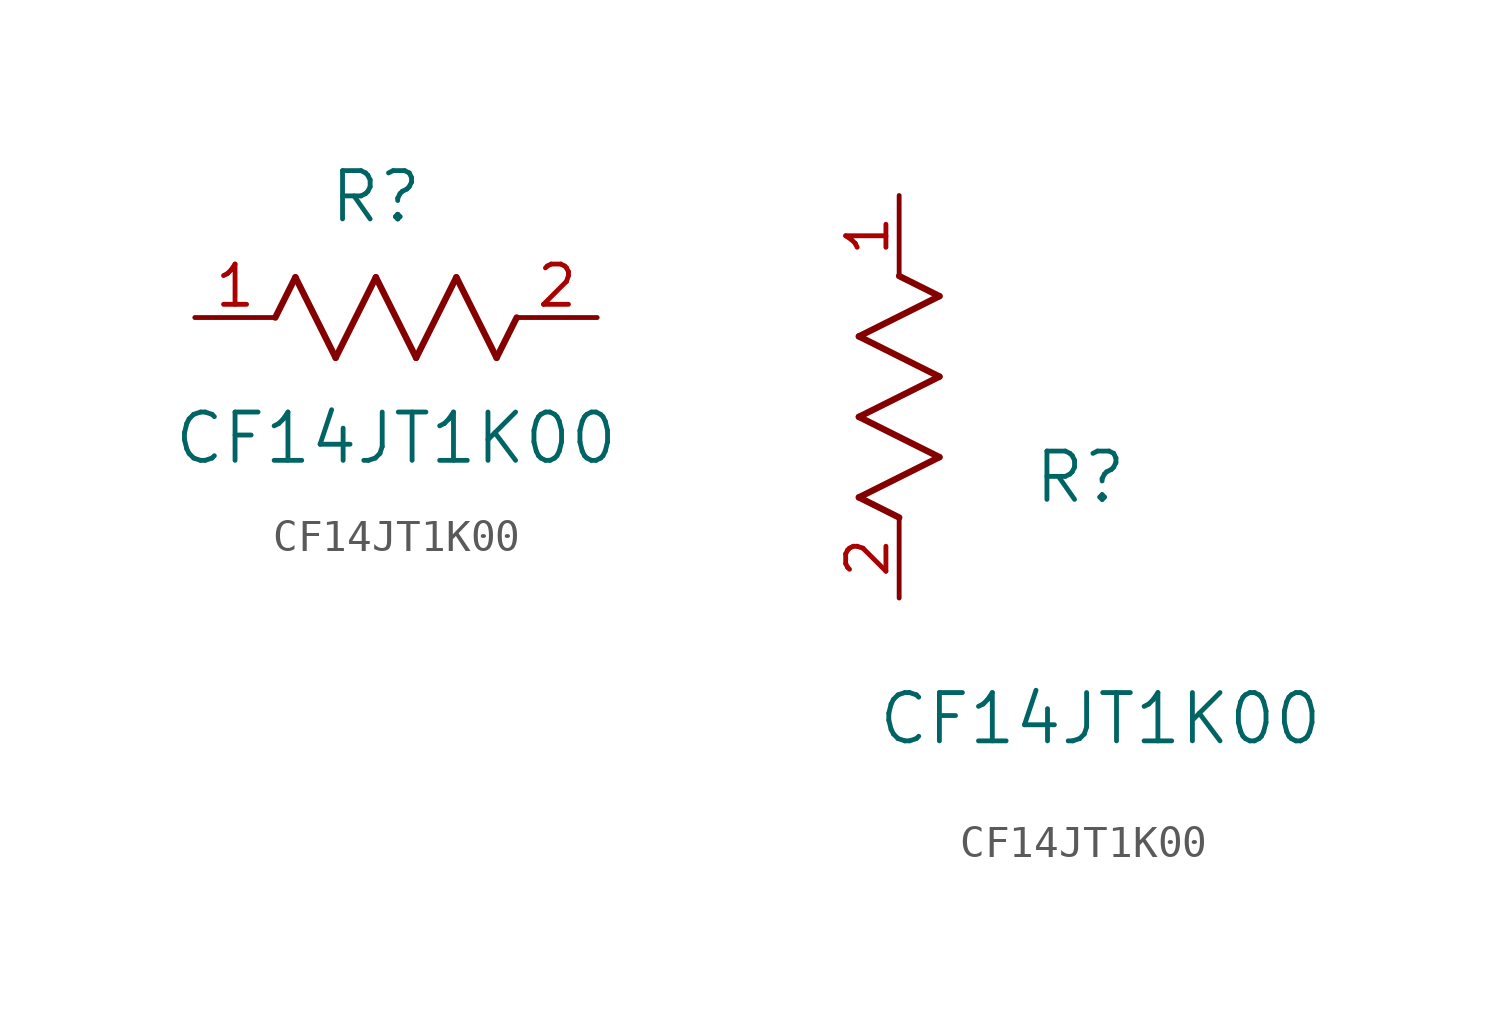
<source format=kicad_sym>
(kicad_symbol_lib
  (version 20211014)
  (generator kicad_symbol_editor)
  (symbol "CF14JT1K00"
    (pin_names
      (offset 0.254))
    (property "Reference" "R"
      (at 5.715 3.81 0)
      (effects (font (size 1.524 1.524))))
    (property "Value" "CF14JT1K00"
      (at 6.35 -3.81 0)
      (effects (font (size 1.524 1.524))))
    (symbol "CF14JT1K00_1_1"
      (polyline (pts (xy 3.175 1.27) (xy 4.445 -1.27)) (stroke (width 0.203) (type default) (color 0 0 0 0)) (fill (type none)))
      (polyline (pts (xy 4.445 -1.27) (xy 5.715 1.27)) (stroke (width 0.203) (type default) (color 0 0 0 0)) (fill (type none)))
      (polyline (pts (xy 5.715 1.27) (xy 6.985 -1.27)) (stroke (width 0.203) (type default) (color 0 0 0 0)) (fill (type none)))
      (polyline (pts (xy 6.985 -1.27) (xy 8.255 1.27)) (stroke (width 0.203) (type default) (color 0 0 0 0)) (fill (type none)))
      (polyline (pts (xy 8.255 1.27) (xy 9.525 -1.27)) (stroke (width 0.203) (type default) (color 0 0 0 0)) (fill (type none)))
      (polyline (pts (xy 2.54 0) (xy 3.175 1.27)) (stroke (width 0.203) (type default) (color 0 0 0 0)) (fill (type none)))
      (polyline (pts (xy 9.525 -1.27) (xy 10.16 0)) (stroke (width 0.203) (type default) (color 0 0 0 0)) (fill (type none)))
      (pin unspecified line (at 0 0 0) (length 2.54) (name "" (effects (font (size 1.27 1.27)))) (number "1" (effects (font (size 1.27 1.27)))))
      (pin unspecified line (at 12.7 0 180) (length 2.54) (name "" (effects (font (size 1.27 1.27)))) (number "2" (effects (font (size 1.27 1.27))))))
    (symbol "CF14JT1K00_1_2"
      (polyline (pts (xy 0 2.54) (xy -1.27 3.175)) (stroke (width 0.203) (type default) (color 0 0 0 0)) (fill (type none)))
      (polyline (pts (xy -1.27 3.175) (xy 1.27 4.445)) (stroke (width 0.203) (type default) (color 0 0 0 0)) (fill (type none)))
      (polyline (pts (xy 1.27 4.445) (xy -1.27 5.715)) (stroke (width 0.203) (type default) (color 0 0 0 0)) (fill (type none)))
      (polyline (pts (xy -1.27 5.715) (xy 1.27 6.985)) (stroke (width 0.203) (type default) (color 0 0 0 0)) (fill (type none)))
      (polyline (pts (xy -1.27 8.255) (xy 1.27 9.525)) (stroke (width 0.203) (type default) (color 0 0 0 0)) (fill (type none)))
      (polyline (pts (xy 1.27 9.525) (xy 0 10.16)) (stroke (width 0.203) (type default) (color 0 0 0 0)) (fill (type none)))
      (polyline (pts (xy 1.27 6.985) (xy -1.27 8.255)) (stroke (width 0.203) (type default) (color 0 0 0 0)) (fill (type none)))
      (pin unspecified line (at 0 12.7 270) (length 2.54) (name "" (effects (font (size 1.27 1.27)))) (number "1" (effects (font (size 1.27 1.27)))))
      (pin unspecified line (at 0 0 90) (length 2.54) (name "" (effects (font (size 1.27 1.27)))) (number "2" (effects (font (size 1.27 1.27))))))))
</source>
